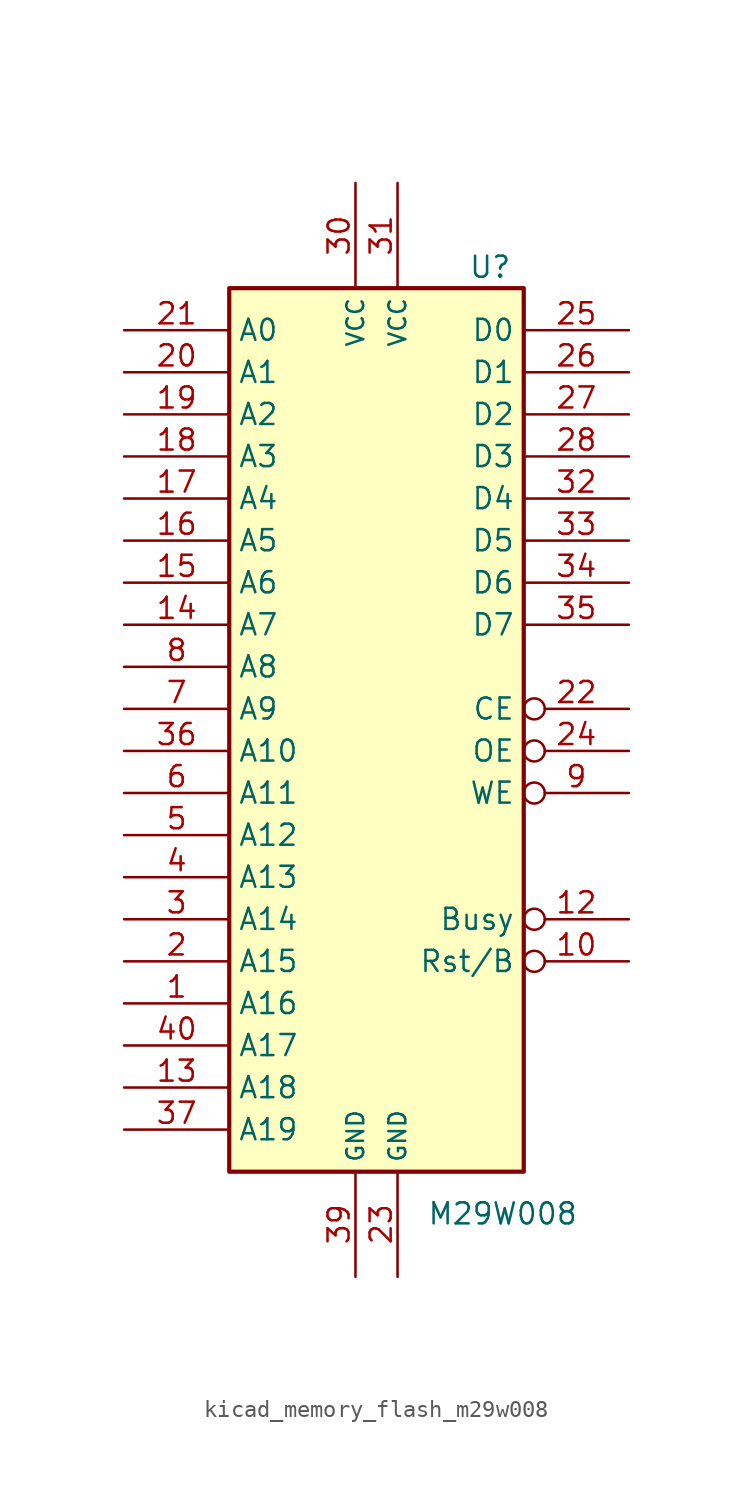
<source format=kicad_sym>
(kicad_symbol_lib
  (version 20220914)
  (generator kicad_symbol_editor)
  (symbol "kicad_memory_flash_m29w008"
    (property "Reference" "U"
      (at 6.858 27.94 0)
      (effects (font (size 1.27 1.27))))
    (property "Value" "M29W008"
      (at 7.62 -29.21 0)
      (effects (font (size 1.27 1.27))))
    (symbol "kicad_memory_flash_m29w008_0_1"
      (rectangle (start -8.89 26.67) (end 8.89 -26.67) (stroke (width 0.254) (type default)) (fill (type background))))
    (symbol "kicad_memory_flash_m29w008_1_1"
      (pin input line (at -15.24 -16.51 0) (length 6.35) (name "A16" (effects (font (size 1.27 1.27)))) (number "1" (effects (font (size 1.27 1.27)))))
      (pin input inverted (at 15.24 -13.97 180) (length 6.35) (name "Rst/B" (effects (font (size 1.27 1.27)))) (number "10" (effects (font (size 1.27 1.27)))))
      (pin output inverted (at 15.24 -11.43 180) (length 6.35) (name "Busy" (effects (font (size 1.27 1.27)))) (number "12" (effects (font (size 1.27 1.27)))))
      (pin input line (at -15.24 -21.59 0) (length 6.35) (name "A18" (effects (font (size 1.27 1.27)))) (number "13" (effects (font (size 1.27 1.27)))))
      (pin input line (at -15.24 6.35 0) (length 6.35) (name "A7" (effects (font (size 1.27 1.27)))) (number "14" (effects (font (size 1.27 1.27)))))
      (pin input line (at -15.24 8.89 0) (length 6.35) (name "A6" (effects (font (size 1.27 1.27)))) (number "15" (effects (font (size 1.27 1.27)))))
      (pin input line (at -15.24 11.43 0) (length 6.35) (name "A5" (effects (font (size 1.27 1.27)))) (number "16" (effects (font (size 1.27 1.27)))))
      (pin input line (at -15.24 13.97 0) (length 6.35) (name "A4" (effects (font (size 1.27 1.27)))) (number "17" (effects (font (size 1.27 1.27)))))
      (pin input line (at -15.24 16.51 0) (length 6.35) (name "A3" (effects (font (size 1.27 1.27)))) (number "18" (effects (font (size 1.27 1.27)))))
      (pin input line (at -15.24 19.05 0) (length 6.35) (name "A2" (effects (font (size 1.27 1.27)))) (number "19" (effects (font (size 1.27 1.27)))))
      (pin input line (at -15.24 -13.97 0) (length 6.35) (name "A15" (effects (font (size 1.27 1.27)))) (number "2" (effects (font (size 1.27 1.27)))))
      (pin input line (at -15.24 21.59 0) (length 6.35) (name "A1" (effects (font (size 1.27 1.27)))) (number "20" (effects (font (size 1.27 1.27)))))
      (pin input line (at -15.24 24.13 0) (length 6.35) (name "A0" (effects (font (size 1.27 1.27)))) (number "21" (effects (font (size 1.27 1.27)))))
      (pin input inverted (at 15.24 1.27 180) (length 6.35) (name "CE" (effects (font (size 1.27 1.27)))) (number "22" (effects (font (size 1.27 1.27)))))
      (pin power_in line (at 1.27 -33.02 90) (length 6.35) (name "GND" (effects (font (size 1.016 1.016)))) (number "23" (effects (font (size 1.27 1.27)))))
      (pin input inverted (at 15.24 -1.27 180) (length 6.35) (name "OE" (effects (font (size 1.27 1.27)))) (number "24" (effects (font (size 1.27 1.27)))))
      (pin tri_state line (at 15.24 24.13 180) (length 6.35) (name "D0" (effects (font (size 1.27 1.27)))) (number "25" (effects (font (size 1.27 1.27)))))
      (pin tri_state line (at 15.24 21.59 180) (length 6.35) (name "D1" (effects (font (size 1.27 1.27)))) (number "26" (effects (font (size 1.27 1.27)))))
      (pin tri_state line (at 15.24 19.05 180) (length 6.35) (name "D2" (effects (font (size 1.27 1.27)))) (number "27" (effects (font (size 1.27 1.27)))))
      (pin tri_state line (at 15.24 16.51 180) (length 6.35) (name "D3" (effects (font (size 1.27 1.27)))) (number "28" (effects (font (size 1.27 1.27)))))
      (pin input line (at -15.24 -11.43 0) (length 6.35) (name "A14" (effects (font (size 1.27 1.27)))) (number "3" (effects (font (size 1.27 1.27)))))
      (pin power_in line (at -1.27 33.02 270) (length 6.35) (name "VCC" (effects (font (size 1.016 1.016)))) (number "30" (effects (font (size 1.27 1.27)))))
      (pin power_in line (at 1.27 33.02 270) (length 6.35) (name "VCC" (effects (font (size 1.016 1.016)))) (number "31" (effects (font (size 1.27 1.27)))))
      (pin tri_state line (at 15.24 13.97 180) (length 6.35) (name "D4" (effects (font (size 1.27 1.27)))) (number "32" (effects (font (size 1.27 1.27)))))
      (pin tri_state line (at 15.24 11.43 180) (length 6.35) (name "D5" (effects (font (size 1.27 1.27)))) (number "33" (effects (font (size 1.27 1.27)))))
      (pin tri_state line (at 15.24 8.89 180) (length 6.35) (name "D6" (effects (font (size 1.27 1.27)))) (number "34" (effects (font (size 1.27 1.27)))))
      (pin tri_state line (at 15.24 6.35 180) (length 6.35) (name "D7" (effects (font (size 1.27 1.27)))) (number "35" (effects (font (size 1.27 1.27)))))
      (pin input line (at -15.24 -1.27 0) (length 6.35) (name "A10" (effects (font (size 1.27 1.27)))) (number "36" (effects (font (size 1.27 1.27)))))
      (pin input line (at -15.24 -24.13 0) (length 6.35) (name "A19" (effects (font (size 1.27 1.27)))) (number "37" (effects (font (size 1.27 1.27)))))
      (pin power_in line (at -1.27 -33.02 90) (length 6.35) (name "GND" (effects (font (size 1.016 1.016)))) (number "39" (effects (font (size 1.27 1.27)))))
      (pin input line (at -15.24 -8.89 0) (length 6.35) (name "A13" (effects (font (size 1.27 1.27)))) (number "4" (effects (font (size 1.27 1.27)))))
      (pin input line (at -15.24 -19.05 0) (length 6.35) (name "A17" (effects (font (size 1.27 1.27)))) (number "40" (effects (font (size 1.27 1.27)))))
      (pin input line (at -15.24 -6.35 0) (length 6.35) (name "A12" (effects (font (size 1.27 1.27)))) (number "5" (effects (font (size 1.27 1.27)))))
      (pin input line (at -15.24 -3.81 0) (length 6.35) (name "A11" (effects (font (size 1.27 1.27)))) (number "6" (effects (font (size 1.27 1.27)))))
      (pin input line (at -15.24 1.27 0) (length 6.35) (name "A9" (effects (font (size 1.27 1.27)))) (number "7" (effects (font (size 1.27 1.27)))))
      (pin input line (at -15.24 3.81 0) (length 6.35) (name "A8" (effects (font (size 1.27 1.27)))) (number "8" (effects (font (size 1.27 1.27)))))
      (pin input inverted (at 15.24 -3.81 180) (length 6.35) (name "WE" (effects (font (size 1.27 1.27)))) (number "9" (effects (font (size 1.27 1.27))))))))
</source>
